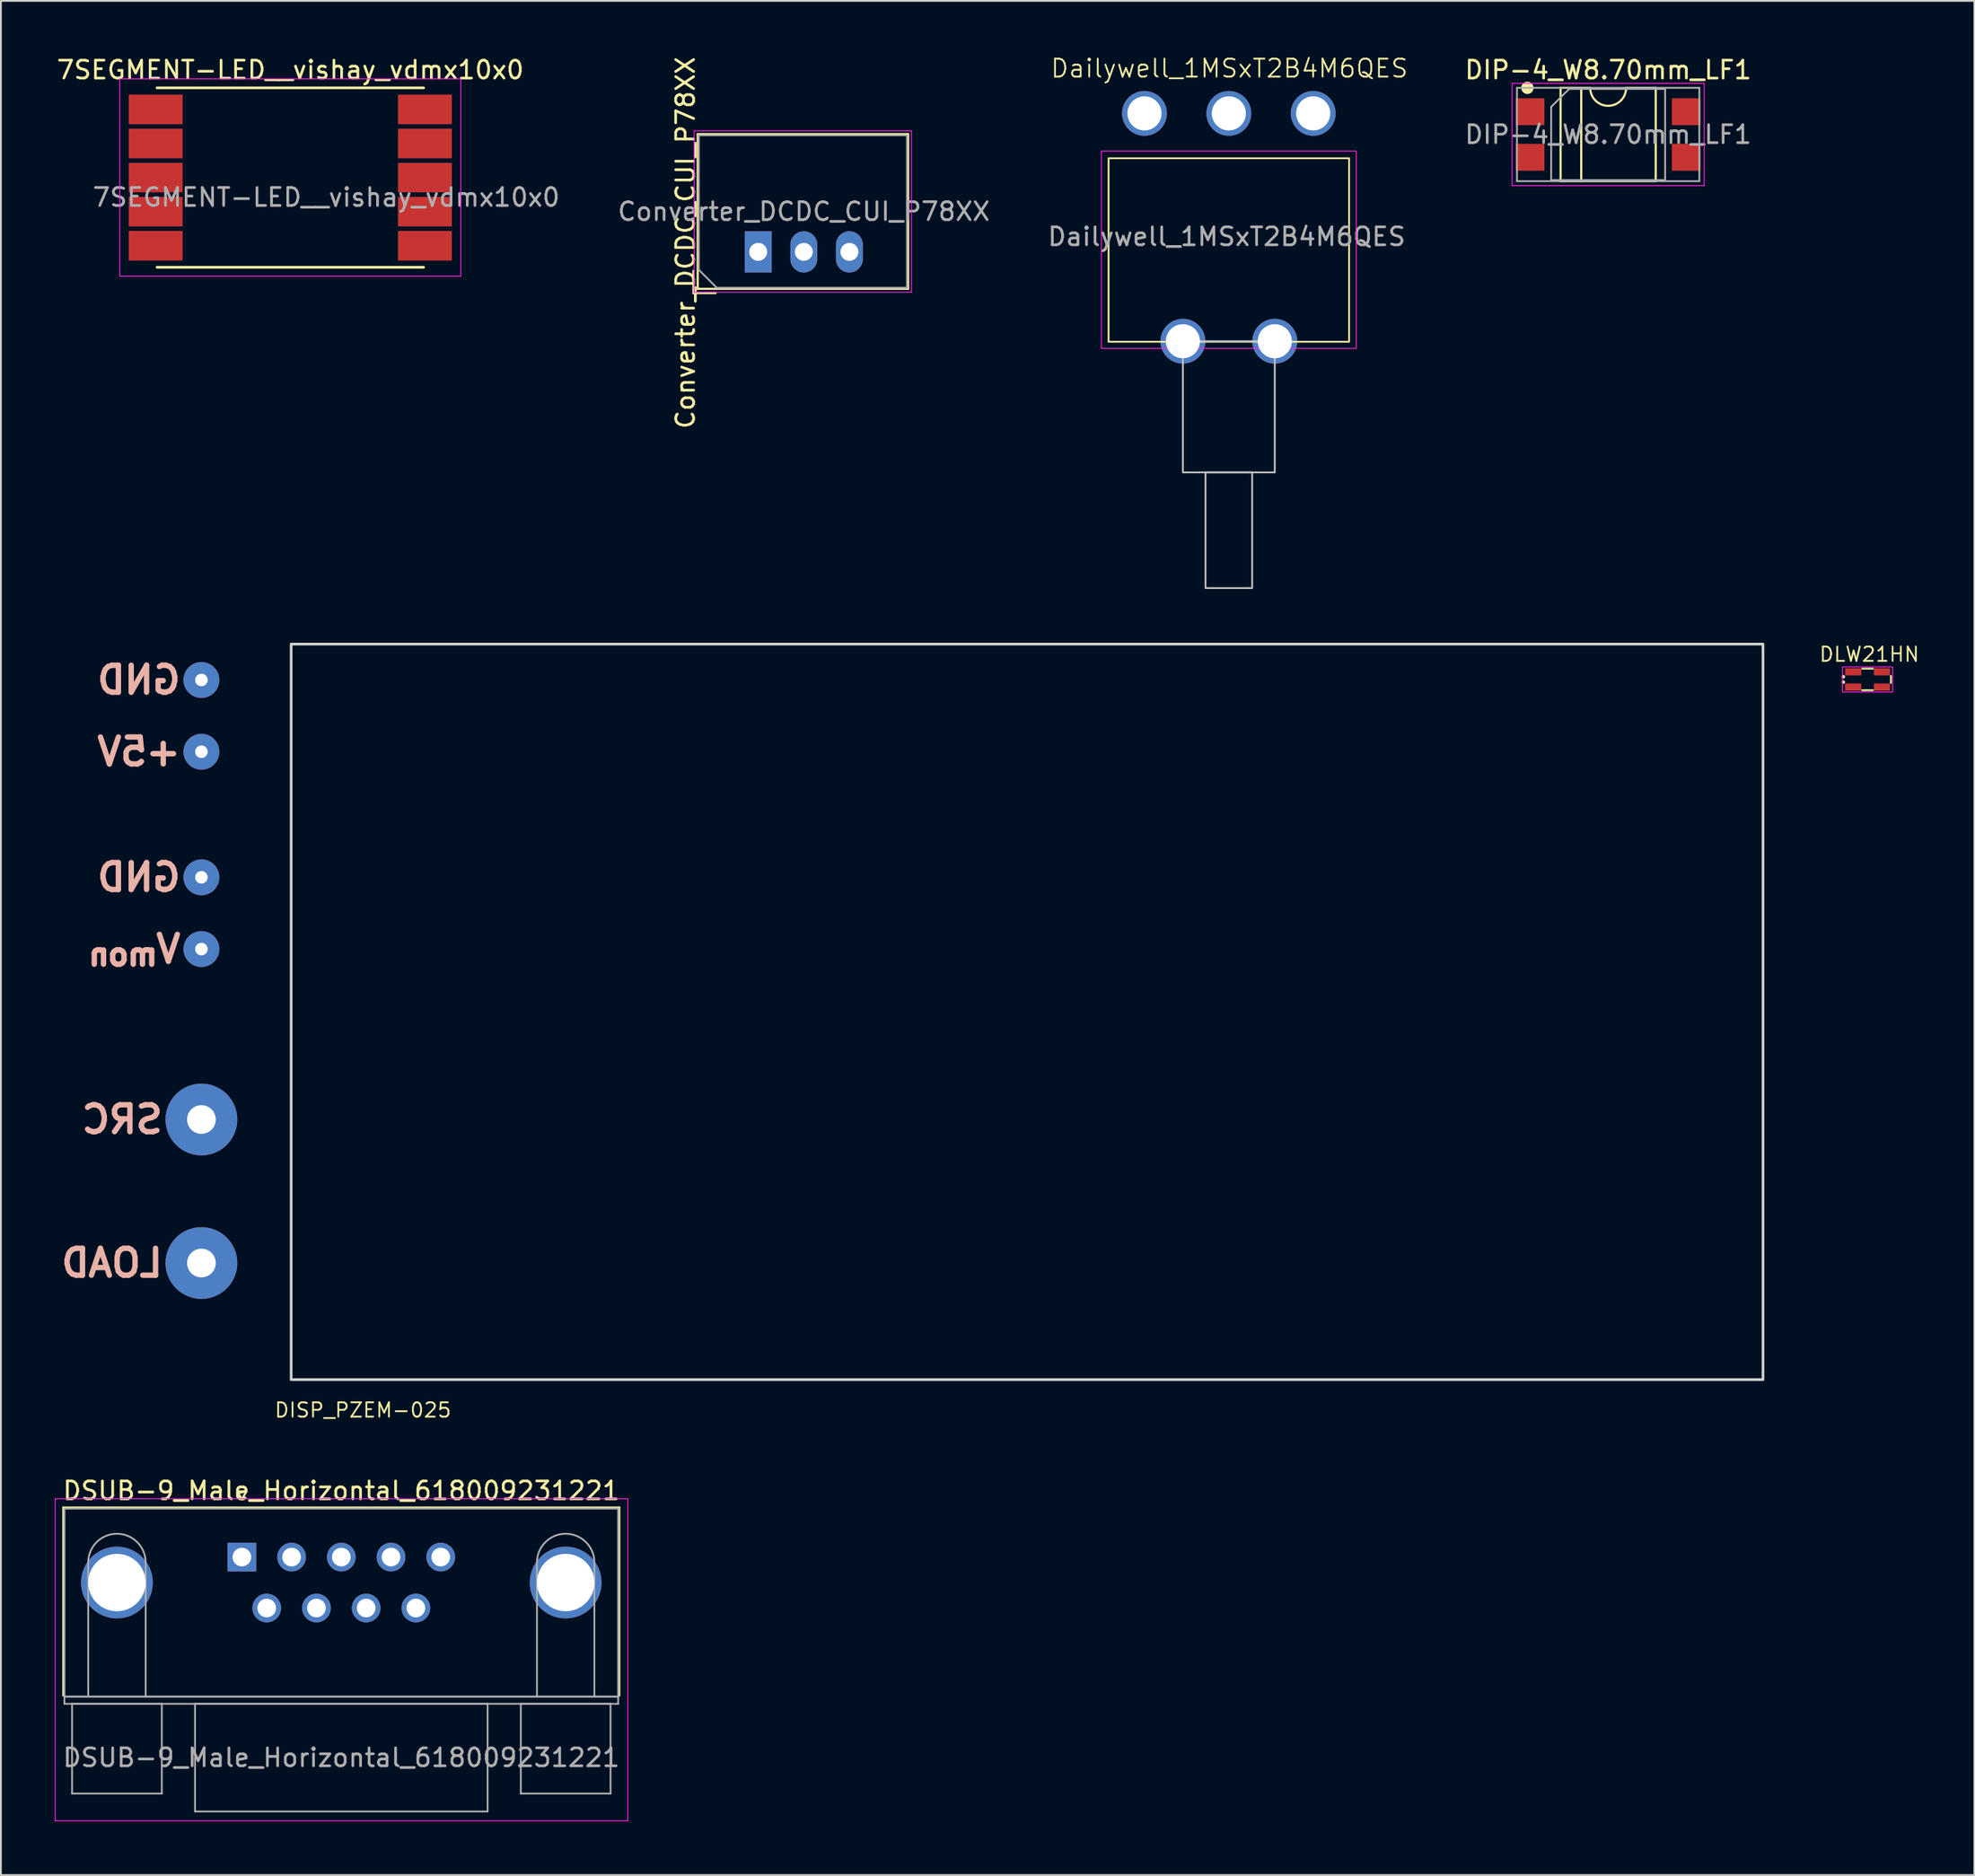
<source format=kicad_pcb>
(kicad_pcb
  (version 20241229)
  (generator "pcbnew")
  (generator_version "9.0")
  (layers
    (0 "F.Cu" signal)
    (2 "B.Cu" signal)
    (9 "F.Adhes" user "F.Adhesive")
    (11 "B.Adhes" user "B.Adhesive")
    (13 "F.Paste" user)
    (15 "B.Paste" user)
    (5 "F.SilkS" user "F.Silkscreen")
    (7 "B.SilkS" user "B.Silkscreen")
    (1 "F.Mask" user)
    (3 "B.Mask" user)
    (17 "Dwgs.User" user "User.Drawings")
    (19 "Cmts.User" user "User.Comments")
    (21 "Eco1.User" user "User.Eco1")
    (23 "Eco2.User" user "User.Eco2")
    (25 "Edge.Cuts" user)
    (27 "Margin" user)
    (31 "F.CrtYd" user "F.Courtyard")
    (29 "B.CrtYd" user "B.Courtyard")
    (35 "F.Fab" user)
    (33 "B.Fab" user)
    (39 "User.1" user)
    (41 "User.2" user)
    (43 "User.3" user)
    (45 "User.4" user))
  (footprint "7SEGMENT-LED__vishay_vdmx10x0"
    (layer "F.Cu")
    (at 13.125 6.848)
    (property "Reference" "7SEGMENT-LED__vishay_vdmx10x0" (at 0 -6 0) (layer "F.SilkS") (effects (font (size 1 1) (thickness 0.15))))
    (attr smd)
    (fp_line (start -7.425 5) (end 7.425 5) (stroke (width 0.15) (type solid)) (layer "F.SilkS"))
    (fp_line (start 7.425 -5) (end -7.425 -5) (stroke (width 0.15) (type solid)) (layer "F.SilkS"))
    (fp_rect (start -9.5 -5.5) (end 9.5 5.5) (stroke (width 0.05) (type default)) (fill no) (layer "F.CrtYd"))
    (fp_text user "${REFERENCE}" (at 2 1.1 0) (layer "F.Fab") (effects (font (size 1 1) (thickness 0.15))))
    (pad "1" smd rect (at -7.5 -3.8 270) (size 1.65 3) (layers "F.Cu" "F.Mask" "F.Paste"))
    (pad "2" smd rect (at -7.5 -1.9 270) (size 1.65 3) (layers "F.Cu" "F.Mask" "F.Paste"))
    (pad "3" smd rect (at -7.5 0 270) (size 1.65 3) (layers "F.Cu" "F.Mask" "F.Paste"))
    (pad "4" smd rect (at -7.5 1.9 270) (size 1.65 3) (layers "F.Cu" "F.Mask" "F.Paste"))
    (pad "5" smd rect (at -7.5 3.8 270) (size 1.65 3) (layers "F.Cu" "F.Mask" "F.Paste"))
    (pad "6" smd rect (at 7.5 3.8 270) (size 1.65 3) (layers "F.Cu" "F.Mask" "F.Paste"))
    (pad "7" smd rect (at 7.5 1.9 270) (size 1.65 3) (layers "F.Cu" "F.Mask" "F.Paste"))
    (pad "8" smd rect (at 7.5 0 270) (size 1.65 3) (layers "F.Cu" "F.Mask" "F.Paste"))
    (pad "9" smd rect (at 7.5 -1.9 270) (size 1.65 3) (layers "F.Cu" "F.Mask" "F.Paste"))
    (pad "10" smd rect (at 7.5 -3.8 270) (size 1.65 3) (layers "F.Cu" "F.Mask" "F.Paste")))
  (footprint "DISP_PZEM-025"
    (layer "F.Cu")
    (at 54.171 53.355)
    (property "Reference" "DISP_PZEM-025" (at -37 22.2 0) (unlocked yes) (layer "F.SilkS") (effects (font (size 0.8 0.8) (thickness 0.1))))
    (attr through_hole)
    (fp_rect (start -41 -20.5) (end 41 20.5) (stroke (width 0.15) (type default)) (fill no) (layer "Edge.Cuts"))
    (fp_text user "LOAD" (at -48 14 0) (unlocked yes) (layer "B.SilkS") (effects (font (size 1.5 1.5) (thickness 0.3)) (justify left mirror)))
    (fp_text user "GND" (at -47 -7.5 0) (unlocked yes) (layer "B.SilkS") (effects (font (size 1.5 1.5) (thickness 0.3)) (justify left mirror)))
    (fp_text user "GND" (at -47 -18.5 0) (unlocked yes) (layer "B.SilkS") (effects (font (size 1.5 1.5) (thickness 0.3)) (justify left mirror)))
    (fp_text user "SRC" (at -48 6 0) (unlocked yes) (layer "B.SilkS") (effects (font (size 1.5 1.5) (thickness 0.3)) (justify left mirror)))
    (fp_text user "+5V" (at -47 -14.5 0) (unlocked yes) (layer "B.SilkS") (effects (font (size 1.5 1.5) (thickness 0.3)) (justify left mirror)))
    (fp_text user "V_{mon}" (at -47 -3.5 0) (unlocked yes) (layer "B.SilkS") (effects (font (size 1.5 1.5) (thickness 0.3)) (justify left mirror)))
    (pad "1" thru_hole circle (at -46 6) (size 4 4) (drill 1.6) (layers "*.Cu" "*.Mask"))
    (pad "2" thru_hole circle (at -46 14) (size 4 4) (drill 1.6) (layers "*.Cu" "*.Mask"))
    (pad "3" thru_hole circle (at -46 -14.5) (size 2 2) (drill 0.7) (layers "*.Cu" "*.Mask"))
    (pad "4" thru_hole circle (at -46 -18.5) (size 2 2) (drill 0.7) (layers "*.Cu" "*.Mask"))
    (pad "5" thru_hole circle (at -46 -3.5) (size 2 2) (drill 0.7) (layers "*.Cu" "*.Mask"))
    (pad "6" thru_hole circle (at -46 -7.5) (size 2 2) (drill 0.7) (layers "*.Cu" "*.Mask")))
  (footprint "DIP-4_W8.70mm_LF1"
    (layer "F.Cu")
    (at 86.545 4.448)
    (property "Reference" "DIP-4_W8.70mm_LF1" (at 0 -3.6 0) (layer "F.SilkS") (effects (font (size 1 1) (thickness 0.15))))
    (attr smd)
    (fp_line (start -2.65 -2.6) (end -2.65 2.6) (stroke (width 0.12) (type solid)) (layer "F.SilkS"))
    (fp_line (start -2.65 2.6) (end 2.65 2.6) (stroke (width 0.12) (type solid)) (layer "F.SilkS"))
    (fp_line (start -1.5 2.6) (end -1.5 -2.6) (stroke (width 0.12) (type solid)) (layer "F.SilkS"))
    (fp_line (start -1 -2.6) (end -2.65 -2.6) (stroke (width 0.12) (type solid)) (layer "F.SilkS"))
    (fp_line (start 2.65 -2.6) (end 1 -2.6) (stroke (width 0.12) (type solid)) (layer "F.SilkS"))
    (fp_line (start 2.65 2.6) (end 2.65 -2.6) (stroke (width 0.12) (type solid)) (layer "F.SilkS"))
    (fp_arc (start 1 -2.6) (mid 0 -1.6) (end -1 -2.6) (stroke (width 0.12) (type solid)) (layer "F.SilkS"))
    (fp_circle (center -4.5 -2.6) (end -4.217 -2.6) (stroke (width 0.12) (type solid)) (fill yes) (layer "F.SilkS"))
    (fp_line (start -5.35 -2.85) (end -5.35 2.85) (stroke (width 0.05) (type solid)) (layer "F.CrtYd"))
    (fp_line (start -5.35 2.85) (end 5.35 2.85) (stroke (width 0.05) (type solid)) (layer "F.CrtYd"))
    (fp_line (start 5.35 -2.85) (end -5.35 -2.85) (stroke (width 0.05) (type solid)) (layer "F.CrtYd"))
    (fp_line (start 5.35 2.85) (end 5.35 -2.85) (stroke (width 0.05) (type solid)) (layer "F.CrtYd"))
    (fp_line (start -5.08 -2.6) (end -5.08 2.6) (stroke (width 0.1) (type solid)) (layer "F.Fab"))
    (fp_line (start -5.08 2.6) (end 5.08 2.6) (stroke (width 0.1) (type solid)) (layer "F.Fab"))
    (fp_line (start -3.175 -1.54) (end -2.175 -2.54) (stroke (width 0.1) (type solid)) (layer "F.Fab"))
    (fp_line (start -3.175 2.54) (end -3.175 -1.54) (stroke (width 0.1) (type solid)) (layer "F.Fab"))
    (fp_line (start -2.175 -2.54) (end 3.175 -2.54) (stroke (width 0.1) (type solid)) (layer "F.Fab"))
    (fp_line (start 3.175 -2.54) (end 3.175 2.54) (stroke (width 0.1) (type solid)) (layer "F.Fab"))
    (fp_line (start 3.175 2.54) (end -3.175 2.54) (stroke (width 0.1) (type solid)) (layer "F.Fab"))
    (fp_line (start 5.08 -2.6) (end -5.08 -2.6) (stroke (width 0.1) (type solid)) (layer "F.Fab"))
    (fp_line (start 5.08 2.6) (end 5.08 -2.6) (stroke (width 0.1) (type solid)) (layer "F.Fab"))
    (fp_text user "${REFERENCE}" (at 0 0 0) (layer "F.Fab") (effects (font (size 1 1) (thickness 0.15))))
    (pad "1" smd rect (at -4.35 -1.27) (size 1.6 1.5) (layers "F.Cu" "F.Mask" "F.Paste"))
    (pad "2" smd rect (at -4.35 1.27) (size 1.6 1.5) (layers "F.Cu" "F.Mask" "F.Paste"))
    (pad "3" smd rect (at 4.35 1.27) (size 1.6 1.5) (layers "F.Cu" "F.Mask" "F.Paste"))
    (pad "4" smd rect (at 4.35 -1.27) (size 1.6 1.5) (layers "F.Cu" "F.Mask" "F.Paste")))
  (footprint "Dailywell_1MSxT2B4M6QES"
    (layer "F.Cu")
    (at 65.412 3.271)
    (property "Reference" "Dailywell_1MSxT2B4M6QES" (at 0.03 -2.51 0) (unlocked yes) (layer "F.SilkS") (effects (font (size 1 1) (thickness 0.1))))
    (attr through_hole)
    (fp_rect (start -6.7 2.5) (end 6.7 12.73) (stroke (width 0.1) (type default)) (fill no) (layer "F.SilkS"))
    (fp_rect (start -2.56 12.7) (end 2.56 20.01) (stroke (width 0.1) (type default)) (fill no) (layer "Dwgs.User"))
    (fp_rect (start -1.3 20.01) (end 1.3 26.46) (stroke (width 0.1) (type default)) (fill no) (layer "Dwgs.User"))
    (fp_rect (start -7.1 2.1) (end 7.1 13.1) (stroke (width 0.05) (type default)) (fill no) (layer "F.CrtYd"))
    (fp_text user "${REFERENCE}" (at -0.12 6.87 0) (unlocked yes) (layer "F.Fab") (effects (font (size 1 1) (thickness 0.15))))
    (pad "" np_thru_hole circle (at -2.56 12.7) (size 2.5 2.5) (drill 1.9) (layers "*.Cu" "*.Mask"))
    (pad "" np_thru_hole circle (at 2.56 12.7) (size 2.5 2.5) (drill 1.9) (layers "*.Cu" "*.Mask"))
    (pad "1" thru_hole circle (at -4.7 0) (size 2.5 2.5) (drill 1.9) (layers "*.Cu" "*.Mask"))
    (pad "2" thru_hole circle (at 0 0) (size 2.5 2.5) (drill 1.9) (layers "*.Cu" "*.Mask"))
    (pad "3" thru_hole circle (at 4.7 0) (size 2.5 2.5) (drill 1.9) (layers "*.Cu" "*.Mask")))
  (footprint "DSUB-9_Male_Horizontal_618009231221"
    (layer "F.Cu")
    (at 10.425 83.747)
    (property "Reference" "DSUB-9_Male_Horizontal_618009231221" (at 5.54 -3.7 0) (layer "F.SilkS") (effects (font (size 1 1) (thickness 0.15))))
    (attr through_hole)
    (fp_line (start -9.945 -2.76) (end 21.025 -2.76) (stroke (width 0.12) (type solid)) (layer "F.SilkS"))
    (fp_line (start -9.945 7.72) (end -9.945 -2.76) (stroke (width 0.12) (type solid)) (layer "F.SilkS"))
    (fp_line (start -0.25 -3.654) (end 0.25 -3.654) (stroke (width 0.12) (type solid)) (layer "F.SilkS"))
    (fp_line (start 0 -3.221) (end -0.25 -3.654) (stroke (width 0.12) (type solid)) (layer "F.SilkS"))
    (fp_line (start 0.25 -3.654) (end 0 -3.221) (stroke (width 0.12) (type solid)) (layer "F.SilkS"))
    (fp_line (start 21.025 -2.76) (end 21.025 7.72) (stroke (width 0.12) (type solid)) (layer "F.SilkS"))
    (fp_line (start -10.4 -3.25) (end -10.4 14.7) (stroke (width 0.05) (type solid)) (layer "F.CrtYd"))
    (fp_line (start -10.4 14.7) (end 21.5 14.7) (stroke (width 0.05) (type solid)) (layer "F.CrtYd"))
    (fp_line (start 21.5 -3.25) (end -10.4 -3.25) (stroke (width 0.05) (type solid)) (layer "F.CrtYd"))
    (fp_line (start 21.5 14.7) (end 21.5 -3.25) (stroke (width 0.05) (type solid)) (layer "F.CrtYd"))
    (fp_line (start -9.885 -2.7) (end -9.885 7.78) (stroke (width 0.1) (type solid)) (layer "F.Fab"))
    (fp_line (start -9.885 7.78) (end -9.885 8.18) (stroke (width 0.1) (type solid)) (layer "F.Fab"))
    (fp_line (start -9.885 7.78) (end 20.965 7.78) (stroke (width 0.1) (type solid)) (layer "F.Fab"))
    (fp_line (start -9.885 8.18) (end 20.965 8.18) (stroke (width 0.1) (type solid)) (layer "F.Fab"))
    (fp_line (start -9.46 8.18) (end -9.46 13.18) (stroke (width 0.1) (type solid)) (layer "F.Fab"))
    (fp_line (start -9.46 13.18) (end -4.46 13.18) (stroke (width 0.1) (type solid)) (layer "F.Fab"))
    (fp_line (start -8.56 7.78) (end -8.56 0.3) (stroke (width 0.1) (type solid)) (layer "F.Fab"))
    (fp_line (start -5.36 7.78) (end -5.36 0.3) (stroke (width 0.1) (type solid)) (layer "F.Fab"))
    (fp_line (start -4.46 8.18) (end -9.46 8.18) (stroke (width 0.1) (type solid)) (layer "F.Fab"))
    (fp_line (start -4.46 13.18) (end -4.46 8.18) (stroke (width 0.1) (type solid)) (layer "F.Fab"))
    (fp_line (start -2.61 8.18) (end -2.61 14.18) (stroke (width 0.1) (type solid)) (layer "F.Fab"))
    (fp_line (start -2.61 14.18) (end 13.69 14.18) (stroke (width 0.1) (type solid)) (layer "F.Fab"))
    (fp_line (start 13.69 8.18) (end -2.61 8.18) (stroke (width 0.1) (type solid)) (layer "F.Fab"))
    (fp_line (start 13.69 14.18) (end 13.69 8.18) (stroke (width 0.1) (type solid)) (layer "F.Fab"))
    (fp_line (start 15.54 8.18) (end 15.54 13.18) (stroke (width 0.1) (type solid)) (layer "F.Fab"))
    (fp_line (start 15.54 13.18) (end 20.54 13.18) (stroke (width 0.1) (type solid)) (layer "F.Fab"))
    (fp_line (start 16.44 7.78) (end 16.44 0.3) (stroke (width 0.1) (type solid)) (layer "F.Fab"))
    (fp_line (start 19.64 7.78) (end 19.64 0.3) (stroke (width 0.1) (type solid)) (layer "F.Fab"))
    (fp_line (start 20.54 8.18) (end 15.54 8.18) (stroke (width 0.1) (type solid)) (layer "F.Fab"))
    (fp_line (start 20.54 13.18) (end 20.54 8.18) (stroke (width 0.1) (type solid)) (layer "F.Fab"))
    (fp_line (start 20.965 -2.7) (end -9.885 -2.7) (stroke (width 0.1) (type solid)) (layer "F.Fab"))
    (fp_line (start 20.965 7.78) (end -9.885 7.78) (stroke (width 0.1) (type solid)) (layer "F.Fab"))
    (fp_line (start 20.965 7.78) (end 20.965 -2.7) (stroke (width 0.1) (type solid)) (layer "F.Fab"))
    (fp_line (start 20.965 8.18) (end 20.965 7.78) (stroke (width 0.1) (type solid)) (layer "F.Fab"))
    (fp_arc (start -8.56 0.3) (mid -6.96 -1.3) (end -5.36 0.3) (stroke (width 0.1) (type solid)) (layer "F.Fab"))
    (fp_arc (start 16.44 0.3) (mid 18.04 -1.3) (end 19.64 0.3) (stroke (width 0.1) (type solid)) (layer "F.Fab"))
    (fp_text user "${REFERENCE}" (at 5.54 11.18 0) (layer "F.Fab") (effects (font (size 1 1) (thickness 0.15))))
    (pad "0" thru_hole oval (at -6.96 1.42) (size 4 4) (drill 3.2) (layers "*.Cu" "*.Mask"))
    (pad "0" thru_hole oval (at 18.04 1.42) (size 4 4) (drill 3.2) (layers "*.Cu" "*.Mask"))
    (pad "1" thru_hole rect (at 0 0) (size 1.6 1.6) (drill 1.04) (layers "*.Cu" "*.Mask"))
    (pad "2" thru_hole circle (at 2.77 0) (size 1.6 1.6) (drill 1.04) (layers "*.Cu" "*.Mask"))
    (pad "3" thru_hole circle (at 5.54 0) (size 1.6 1.6) (drill 1.04) (layers "*.Cu" "*.Mask"))
    (pad "4" thru_hole circle (at 8.31 0) (size 1.6 1.6) (drill 1.04) (layers "*.Cu" "*.Mask"))
    (pad "5" thru_hole circle (at 11.08 0) (size 1.6 1.6) (drill 1.04) (layers "*.Cu" "*.Mask"))
    (pad "6" thru_hole circle (at 1.385 2.84) (size 1.6 1.6) (drill 1.04) (layers "*.Cu" "*.Mask"))
    (pad "7" thru_hole circle (at 4.155 2.84) (size 1.6 1.6) (drill 1.04) (layers "*.Cu" "*.Mask"))
    (pad "8" thru_hole circle (at 6.925 2.84) (size 1.6 1.6) (drill 1.04) (layers "*.Cu" "*.Mask"))
    (pad "9" thru_hole circle (at 9.695 2.84) (size 1.6 1.6) (drill 1.04) (layers "*.Cu" "*.Mask")))
  (footprint "Converter_DCDC_CUI_P78XX"
    (layer "F.Cu")
    (at 39.192 10.99)
    (property "Reference" "Converter_DCDC_CUI_P78XX" (at -4.053 -0.507 90) (layer "F.SilkS") (effects (font (size 1 1) (thickness 0.15))))
    (attr through_hole)
    (fp_line (start -3.611 1.06) (end -3.611 2.3) (stroke (width 0.12) (type solid)) (layer "F.SilkS"))
    (fp_line (start -3.611 2.3) (end -2.371 2.3) (stroke (width 0.12) (type solid)) (layer "F.SilkS"))
    (fp_line (start -3.371 -6.56) (end -3.371 2.06) (stroke (width 0.12) (type solid)) (layer "F.SilkS"))
    (fp_line (start -3.371 -6.56) (end 8.35 -6.56) (stroke (width 0.12) (type solid)) (layer "F.SilkS"))
    (fp_line (start -3.371 2.06) (end 8.35 2.06) (stroke (width 0.12) (type solid)) (layer "F.SilkS"))
    (fp_line (start 8.35 -6.56) (end 8.35 2.06) (stroke (width 0.12) (type solid)) (layer "F.SilkS"))
    (fp_line (start -3.57 -6.75) (end -3.57 2.25) (stroke (width 0.05) (type solid)) (layer "F.CrtYd"))
    (fp_line (start -3.57 2.25) (end 8.54 2.25) (stroke (width 0.05) (type solid)) (layer "F.CrtYd"))
    (fp_line (start 8.54 -6.75) (end -3.57 -6.75) (stroke (width 0.05) (type solid)) (layer "F.CrtYd"))
    (fp_line (start 8.54 2.25) (end 8.54 -6.75) (stroke (width 0.05) (type solid)) (layer "F.CrtYd"))
    (fp_line (start -3.31 -6.5) (end 8.29 -6.5) (stroke (width 0.1) (type solid)) (layer "F.Fab"))
    (fp_line (start -3.31 1) (end -3.31 -6.5) (stroke (width 0.1) (type solid)) (layer "F.Fab"))
    (fp_line (start -2.31 2) (end -3.31 1) (stroke (width 0.1) (type solid)) (layer "F.Fab"))
    (fp_line (start 8.29 -6.5) (end 8.29 2) (stroke (width 0.1) (type solid)) (layer "F.Fab"))
    (fp_line (start 8.29 2) (end -2.31 2) (stroke (width 0.1) (type solid)) (layer "F.Fab"))
    (fp_text user "${REFERENCE}" (at 2.54 -2.25 180) (layer "F.Fab") (effects (font (size 1 1) (thickness 0.15))))
    (pad "1" thru_hole rect (at 0 0) (size 1.5 2.3) (drill 1) (layers "*.Cu" "*.Mask"))
    (pad "2" thru_hole oval (at 2.54 0) (size 1.5 2.3) (drill 1) (layers "*.Cu" "*.Mask"))
    (pad "3" thru_hole oval (at 5.08 0) (size 1.5 2.3) (drill 1) (layers "*.Cu" "*.Mask")))
  (footprint "DLW21HN"
    (layer "F.Cu")
    (at 100.997 34.824)
    (property "Reference" "DLW21HN" (at 0.1 -1.4 0) (unlocked yes) (layer "F.SilkS") (effects (font (size 0.8 0.8) (thickness 0.1))))
    (attr smd)
    (fp_line (start -0.3 -0.6) (end 0.3 -0.6) (stroke (width 0.1) (type default)) (layer "F.SilkS"))
    (fp_line (start -0.3 0.6) (end 0.3 0.6) (stroke (width 0.1) (type default)) (layer "F.SilkS"))
    (fp_line (start 1.3 -0.2) (end 1.3 0.2) (stroke (width 0.1) (type default)) (layer "F.SilkS"))
    (fp_circle (center -1.35 -0.15) (end -1.3 -0.15) (stroke (width 0.1) (type default)) (fill no) (layer "F.SilkS"))
    (fp_circle (center -1.35 0.15) (end -1.3 0.15) (stroke (width 0.1) (type default)) (fill no) (layer "F.SilkS"))
    (fp_rect (start -1.4 -0.7) (end 1.4 0.7) (stroke (width 0.05) (type default)) (fill no) (layer "F.CrtYd"))
    (pad "1" smd roundrect (at -0.8 -0.425) (size 0.9 0.4) (layers "F.Cu" "F.Mask" "F.Paste") (roundrect_rratio 0.06))
    (pad "2" smd roundrect (at 0.8 -0.425) (size 0.9 0.4) (layers "F.Cu" "F.Mask" "F.Paste") (roundrect_rratio 0.06))
    (pad "3" smd roundrect (at 0.8 0.425) (size 0.9 0.4) (layers "F.Cu" "F.Mask" "F.Paste") (roundrect_rratio 0.06))
    (pad "4" smd roundrect (at -0.8 0.425) (size 0.9 0.4) (layers "F.Cu" "F.Mask" "F.Paste") (roundrect_rratio 0.06)))
  (gr_rect
    (start -3 -3)
    (end 106.948 101.472)
    (stroke (width 0.1) (type default))
    (fill no)
    (layer "Edge.Cuts")))
</source>
